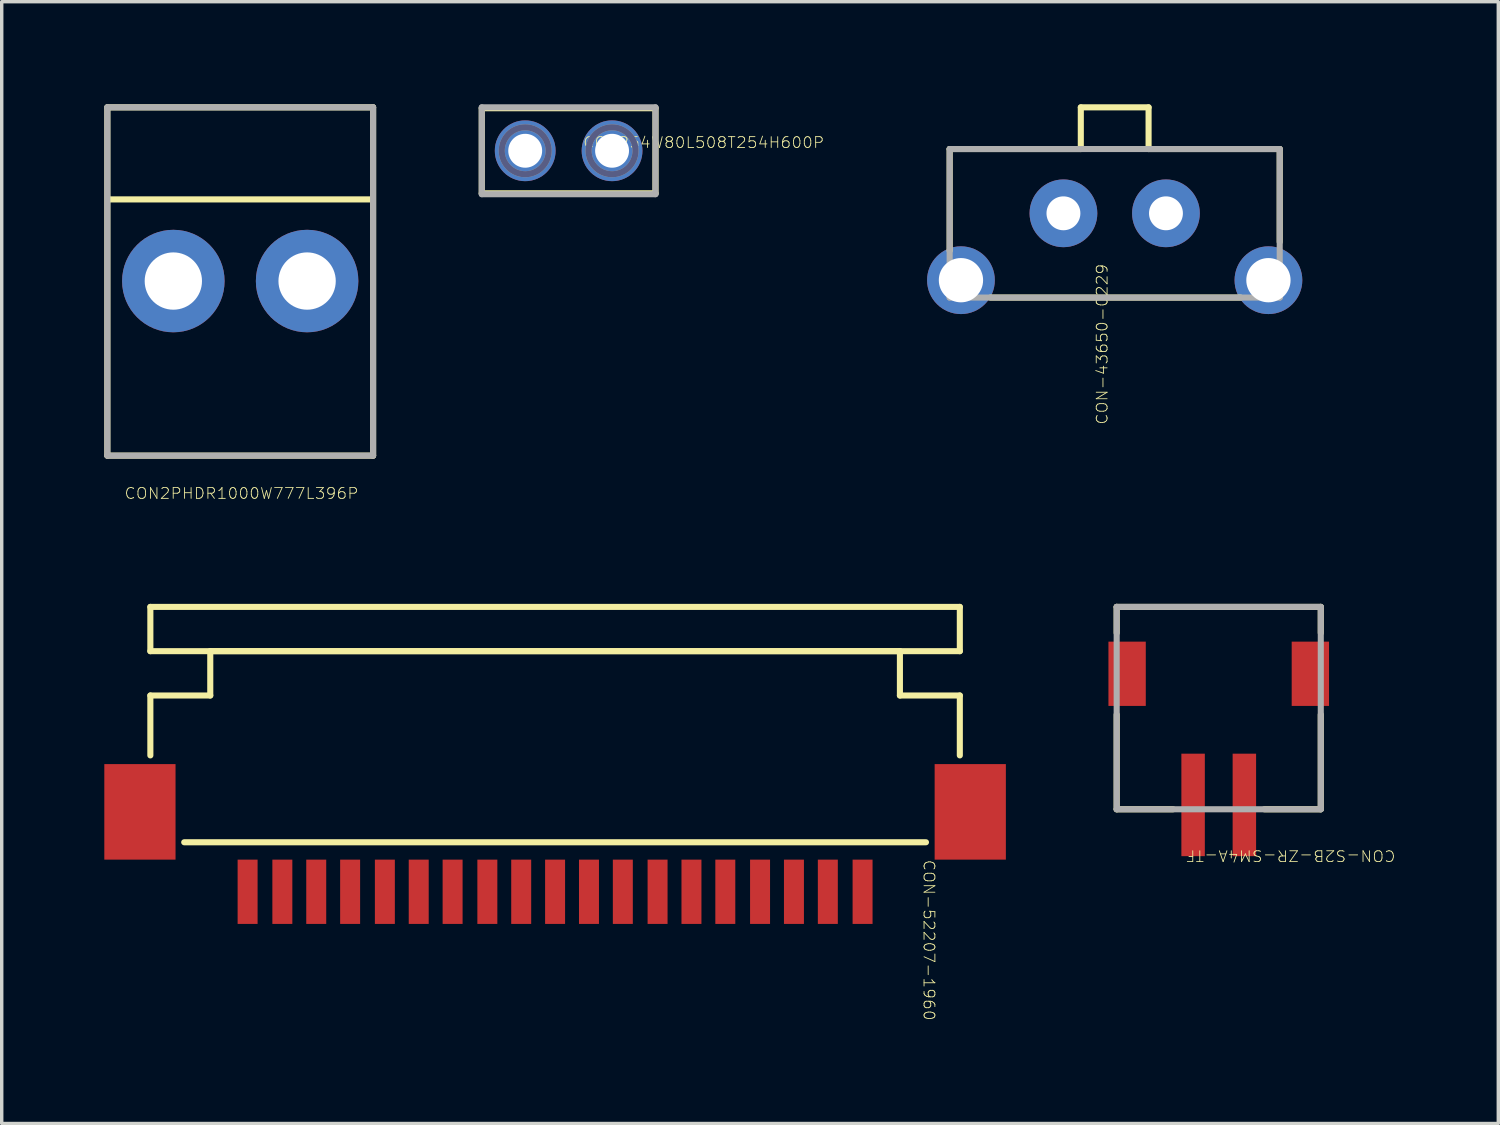
<source format=kicad_pcb>
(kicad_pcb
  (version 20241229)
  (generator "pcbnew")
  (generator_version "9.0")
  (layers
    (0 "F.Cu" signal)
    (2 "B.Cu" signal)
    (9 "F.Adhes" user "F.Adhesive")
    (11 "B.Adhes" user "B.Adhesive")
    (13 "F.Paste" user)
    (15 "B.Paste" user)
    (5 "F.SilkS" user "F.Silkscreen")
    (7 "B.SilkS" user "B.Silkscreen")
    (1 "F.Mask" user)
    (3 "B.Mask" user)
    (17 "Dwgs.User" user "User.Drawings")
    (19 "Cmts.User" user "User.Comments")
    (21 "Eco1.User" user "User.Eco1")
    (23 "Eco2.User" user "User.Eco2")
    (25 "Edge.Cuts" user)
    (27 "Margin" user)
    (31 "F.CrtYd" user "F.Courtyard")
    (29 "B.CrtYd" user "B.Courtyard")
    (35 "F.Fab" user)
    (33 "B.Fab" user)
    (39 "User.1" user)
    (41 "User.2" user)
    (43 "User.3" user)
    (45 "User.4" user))
  (footprint "CON-S2B-ZR-SM4A-TF"
    (layer "F.Cu")
    (at 33.34 20.489)
    (property "Reference" "CON-S2B-ZR-SM4A-TF" (at 1.353 1.486 180) (unlocked yes) (layer "F.SilkS") (effects (font (size 0.317 0.333) (thickness 0.025))))
    (attr smd)
    (fp_line (start -3.734 -5.791) (end -3.734 -5.029) (stroke (width 0.178) (type solid)) (layer "F.SilkS"))
    (fp_line (start -3.734 -2.642) (end -3.734 0.127) (stroke (width 0.178) (type solid)) (layer "F.SilkS"))
    (fp_line (start -2.083 0.127) (end -3.734 0.127) (stroke (width 0.178) (type solid)) (layer "F.SilkS"))
    (fp_line (start 2.235 -5.791) (end -3.734 -5.791) (stroke (width 0.178) (type solid)) (layer "F.SilkS"))
    (fp_line (start 2.235 -5.791) (end 2.235 -5.029) (stroke (width 0.178) (type solid)) (layer "F.SilkS"))
    (fp_line (start 2.235 -2.642) (end 2.235 0.127) (stroke (width 0.178) (type solid)) (layer "F.SilkS"))
    (fp_line (start 2.235 0.127) (end 0.584 0.127) (stroke (width 0.178) (type solid)) (layer "F.SilkS"))
    (fp_line (start -3.734 -5.791) (end -3.734 0.127) (stroke (width 0.178) (type solid)) (layer "F.Fab"))
    (fp_line (start 2.235 -5.791) (end -3.734 -5.791) (stroke (width 0.178) (type solid)) (layer "F.Fab"))
    (fp_line (start 2.235 -5.791) (end 2.235 0.127) (stroke (width 0.178) (type solid)) (layer "F.Fab"))
    (fp_line (start 2.235 0.127) (end -3.734 0.127) (stroke (width 0.178) (type solid)) (layer "F.Fab"))
    (pad "1" smd rect (at 0 0 90) (size 2.997 0.686) (layers "F.Cu" "F.Mask" "F.Paste"))
    (pad "2" smd rect (at -1.499 0 90) (size 2.997 0.686) (layers "F.Cu" "F.Mask" "F.Paste"))
    (pad "3" smd rect (at 1.93 -3.835 90) (size 1.88 1.092) (layers "F.Cu" "F.Mask" "F.Paste"))
    (pad "4" smd rect (at -3.429 -3.835 90) (size 1.88 1.092) (layers "F.Cu" "F.Mask" "F.Paste")))
  (footprint "CON-52207-1960"
    (layer "F.Cu")
    (at 13.183 23.029)
    (property "Reference" "CON-52207-1960" (at 10.935 1.416 270) (unlocked yes) (layer "F.SilkS") (effects (font (size 0.317 0.333) (thickness 0.025))))
    (attr smd)
    (fp_line (start -11.836 -8.331) (end -11.836 -7.036) (stroke (width 0.178) (type solid)) (layer "F.SilkS"))
    (fp_line (start -11.836 -5.74) (end -11.836 -3.988) (stroke (width 0.178) (type solid)) (layer "F.SilkS"))
    (fp_line (start -10.084 -7.036) (end -10.084 -5.74) (stroke (width 0.178) (type solid)) (layer "F.SilkS"))
    (fp_line (start -10.084 -5.74) (end -11.836 -5.74) (stroke (width 0.178) (type solid)) (layer "F.SilkS"))
    (fp_line (start 10.084 -7.036) (end -10.084 -7.036) (stroke (width 0.178) (type solid)) (layer "F.SilkS"))
    (fp_line (start 10.084 -7.036) (end 10.084 -5.74) (stroke (width 0.178) (type solid)) (layer "F.SilkS"))
    (fp_line (start 10.846 -1.448) (end -10.846 -1.448) (stroke (width 0.178) (type solid)) (layer "F.SilkS"))
    (fp_line (start 11.836 -8.331) (end -11.836 -8.331) (stroke (width 0.178) (type solid)) (layer "F.SilkS"))
    (fp_line (start 11.836 -8.331) (end 11.836 -7.036) (stroke (width 0.178) (type solid)) (layer "F.SilkS"))
    (fp_line (start 11.836 -7.036) (end -11.836 -7.036) (stroke (width 0.178) (type solid)) (layer "F.SilkS"))
    (fp_line (start 11.836 -5.74) (end 10.084 -5.74) (stroke (width 0.178) (type solid)) (layer "F.SilkS"))
    (fp_line (start 11.836 -5.74) (end 11.836 -3.988) (stroke (width 0.178) (type solid)) (layer "F.SilkS"))
    (pad "1" smd rect (at 8.992 0 90) (size 1.88 0.584) (layers "F.Cu" "F.Mask" "F.Paste"))
    (pad "2" smd rect (at 7.976 0 90) (size 1.88 0.584) (layers "F.Cu" "F.Mask" "F.Paste"))
    (pad "3" smd rect (at 6.985 0 90) (size 1.88 0.584) (layers "F.Cu" "F.Mask" "F.Paste"))
    (pad "4" smd rect (at 5.994 0 90) (size 1.88 0.584) (layers "F.Cu" "F.Mask" "F.Paste"))
    (pad "5" smd rect (at 4.978 0 90) (size 1.88 0.584) (layers "F.Cu" "F.Mask" "F.Paste"))
    (pad "6" smd rect (at 3.988 0 90) (size 1.88 0.584) (layers "F.Cu" "F.Mask" "F.Paste"))
    (pad "7" smd rect (at 2.997 0 90) (size 1.88 0.584) (layers "F.Cu" "F.Mask" "F.Paste"))
    (pad "8" smd rect (at 1.981 0 90) (size 1.88 0.584) (layers "F.Cu" "F.Mask" "F.Paste"))
    (pad "9" smd rect (at 0.991 0 90) (size 1.88 0.584) (layers "F.Cu" "F.Mask" "F.Paste"))
    (pad "10" smd rect (at 0 0 90) (size 1.88 0.584) (layers "F.Cu" "F.Mask" "F.Paste"))
    (pad "11" smd rect (at -0.991 0 90) (size 1.88 0.584) (layers "F.Cu" "F.Mask" "F.Paste"))
    (pad "12" smd rect (at -1.981 0 90) (size 1.88 0.584) (layers "F.Cu" "F.Mask" "F.Paste"))
    (pad "13" smd rect (at -2.997 0 90) (size 1.88 0.584) (layers "F.Cu" "F.Mask" "F.Paste"))
    (pad "14" smd rect (at -3.988 0 90) (size 1.88 0.584) (layers "F.Cu" "F.Mask" "F.Paste"))
    (pad "15" smd rect (at -4.978 0 90) (size 1.88 0.584) (layers "F.Cu" "F.Mask" "F.Paste"))
    (pad "16" smd rect (at -5.994 0 90) (size 1.88 0.584) (layers "F.Cu" "F.Mask" "F.Paste"))
    (pad "17" smd rect (at -6.985 0 90) (size 1.88 0.584) (layers "F.Cu" "F.Mask" "F.Paste"))
    (pad "18" smd rect (at -7.976 0 90) (size 1.88 0.584) (layers "F.Cu" "F.Mask" "F.Paste"))
    (pad "19" smd rect (at -8.992 0 90) (size 1.88 0.584) (layers "F.Cu" "F.Mask" "F.Paste"))
    (pad "20" smd rect (at 12.141 -2.337 90) (size 2.794 2.083) (layers "F.Cu" "F.Mask" "F.Paste"))
    (pad "21" smd rect (at -12.141 -2.337 90) (size 2.794 2.083) (layers "F.Cu" "F.Mask" "F.Paste")))
  (footprint "CON2PHDR1000W777L396P"
    (layer "F.Cu")
    (at 3.975 5.169)
    (property "Reference" "CON2PHDR1000W777L396P" (at 0.038 6.21 0) (unlocked yes) (layer "F.SilkS") (effects (font (size 0.317 0.333) (thickness 0.025))))
    (attr smd)
    (fp_line (start -3.886 -5.08) (end 3.886 -5.08) (stroke (width 0.178) (type solid)) (layer "F.SilkS"))
    (fp_line (start -3.886 5.105) (end -3.886 -5.08) (stroke (width 0.178) (type solid)) (layer "F.SilkS"))
    (fp_line (start -3.886 5.105) (end 3.886 5.105) (stroke (width 0.178) (type solid)) (layer "F.SilkS"))
    (fp_line (start -3.835 -2.388) (end 3.835 -2.388) (stroke (width 0.178) (type solid)) (layer "F.SilkS"))
    (fp_line (start 3.886 5.105) (end 3.886 -5.08) (stroke (width 0.178) (type solid)) (layer "F.SilkS"))
    (fp_circle (center -1.956 0) (end -1.27 0) (stroke (width 0.178) (type solid)) (fill no) (layer "B.Fab"))
    (fp_circle (center 1.956 0) (end 2.642 0) (stroke (width 0.178) (type solid)) (fill no) (layer "B.Fab"))
    (fp_line (start -3.886 -5.08) (end 3.886 -5.08) (stroke (width 0.178) (type solid)) (layer "F.Fab"))
    (fp_line (start -3.886 5.105) (end -3.886 -5.08) (stroke (width 0.178) (type solid)) (layer "F.Fab"))
    (fp_line (start -3.886 5.105) (end 3.886 5.105) (stroke (width 0.178) (type solid)) (layer "F.Fab"))
    (fp_line (start 3.886 5.105) (end 3.886 -5.08) (stroke (width 0.178) (type solid)) (layer "F.Fab"))
    (fp_circle (center -1.956 0) (end -1.27 0) (stroke (width 0.178) (type solid)) (fill no) (layer "F.Fab"))
    (fp_circle (center 1.956 0) (end 2.642 0) (stroke (width 0.178) (type solid)) (fill no) (layer "F.Fab"))
    (pad "1" thru_hole circle (at -1.956 0) (size 2.997 2.997) (drill 1.676) (layers "*.Cu" "*.Mask"))
    (pad "2" thru_hole circle (at 1.956 0) (size 2.997 2.997) (drill 1.676) (layers "*.Cu" "*.Mask")))
  (footprint "CON-43650-0229"
    (layer "F.Cu")
    (at 29.548 3.188)
    (property "Reference" "CON-43650-0229" (at -0.368 3.829 90) (unlocked yes) (layer "F.SilkS") (effects (font (size 0.317 0.333) (thickness 0.025))))
    (attr smd)
    (fp_line (start -4.826 -1.88) (end -0.991 -1.88) (stroke (width 0.178) (type solid)) (layer "F.SilkS"))
    (fp_line (start -4.826 1.092) (end -4.826 -1.88) (stroke (width 0.178) (type solid)) (layer "F.SilkS"))
    (fp_line (start -3.632 2.464) (end 3.683 2.464) (stroke (width 0.178) (type solid)) (layer "F.SilkS"))
    (fp_line (start -0.991 -3.099) (end 0.991 -3.099) (stroke (width 0.178) (type solid)) (layer "F.SilkS"))
    (fp_line (start -0.991 -1.88) (end -0.991 -3.099) (stroke (width 0.178) (type solid)) (layer "F.SilkS"))
    (fp_line (start 0.991 -1.88) (end 0.991 -3.099) (stroke (width 0.178) (type solid)) (layer "F.SilkS"))
    (fp_line (start 0.991 -1.88) (end 4.826 -1.88) (stroke (width 0.178) (type solid)) (layer "F.SilkS"))
    (fp_line (start 4.826 0.838) (end 4.826 -1.88) (stroke (width 0.178) (type solid)) (layer "F.SilkS"))
    (fp_line (start -4.826 -1.88) (end 4.826 -1.88) (stroke (width 0.178) (type solid)) (layer "F.Fab"))
    (fp_line (start -4.826 2.464) (end -4.826 -1.88) (stroke (width 0.178) (type solid)) (layer "F.Fab"))
    (fp_line (start -4.826 2.464) (end 4.826 2.464) (stroke (width 0.178) (type solid)) (layer "F.Fab"))
    (fp_line (start 4.826 2.464) (end 4.826 -1.88) (stroke (width 0.178) (type solid)) (layer "F.Fab"))
    (pad "1" thru_hole circle (at 1.499 0) (size 1.981 1.981) (drill 0.991) (layers "*.Cu" "*.Mask"))
    (pad "2" thru_hole circle (at -1.499 0) (size 1.981 1.981) (drill 0.991) (layers "*.Cu" "*.Mask"))
    (pad "3" thru_hole circle (at -4.496 1.956) (size 1.981 1.981) (drill 1.295) (layers "*.Cu" "*.Mask"))
    (pad "4" thru_hole circle (at 4.496 1.956) (size 1.981 1.981) (drill 1.295) (layers "*.Cu" "*.Mask")))
  (footprint "CON254W80L508T254H600P"
    (layer "F.Cu")
    (at 13.579 1.359)
    (property "Reference" "CON254W80L508T254H600P" (at 3.95 -0.241 0) (unlocked yes) (layer "F.SilkS") (effects (font (size 0.317 0.333) (thickness 0.025))))
    (attr smd)
    (fp_line (start -2.54 -1.245) (end 2.54 -1.245) (stroke (width 0.178) (type solid)) (layer "F.SilkS"))
    (fp_line (start -2.54 1.245) (end -2.54 -1.245) (stroke (width 0.178) (type solid)) (layer "F.SilkS"))
    (fp_line (start -2.54 1.245) (end 2.54 1.245) (stroke (width 0.178) (type solid)) (layer "F.SilkS"))
    (fp_line (start 2.54 1.245) (end 2.54 -1.245) (stroke (width 0.178) (type solid)) (layer "F.SilkS"))
    (fp_circle (center -1.27 0) (end -0.584 0) (stroke (width 0.178) (type solid)) (fill no) (layer "B.Fab"))
    (fp_circle (center 1.27 0) (end 1.956 0) (stroke (width 0.178) (type solid)) (fill no) (layer "B.Fab"))
    (fp_line (start -2.54 -1.27) (end 2.54 -1.27) (stroke (width 0.178) (type solid)) (layer "F.Fab"))
    (fp_line (start -2.54 1.27) (end -2.54 -1.27) (stroke (width 0.178) (type solid)) (layer "F.Fab"))
    (fp_line (start -2.54 1.27) (end 2.54 1.27) (stroke (width 0.178) (type solid)) (layer "F.Fab"))
    (fp_line (start 2.54 1.27) (end 2.54 -1.27) (stroke (width 0.178) (type solid)) (layer "F.Fab"))
    (fp_circle (center -1.27 0) (end -0.584 0) (stroke (width 0.178) (type solid)) (fill no) (layer "F.Fab"))
    (fp_circle (center 1.27 0) (end 1.956 0) (stroke (width 0.178) (type solid)) (fill no) (layer "F.Fab"))
    (pad "1" thru_hole circle (at -1.27 0) (size 1.778 1.778) (drill 0.991) (layers "*.Cu" "*.Mask"))
    (pad "2" thru_hole circle (at 1.27 0) (size 1.778 1.778) (drill 0.991) (layers "*.Cu" "*.Mask")))
  (gr_rect
    (start -3 -3)
    (end 40.766 29.805)
    (stroke (width 0.1) (type default))
    (fill no)
    (layer "Edge.Cuts")))
</source>
